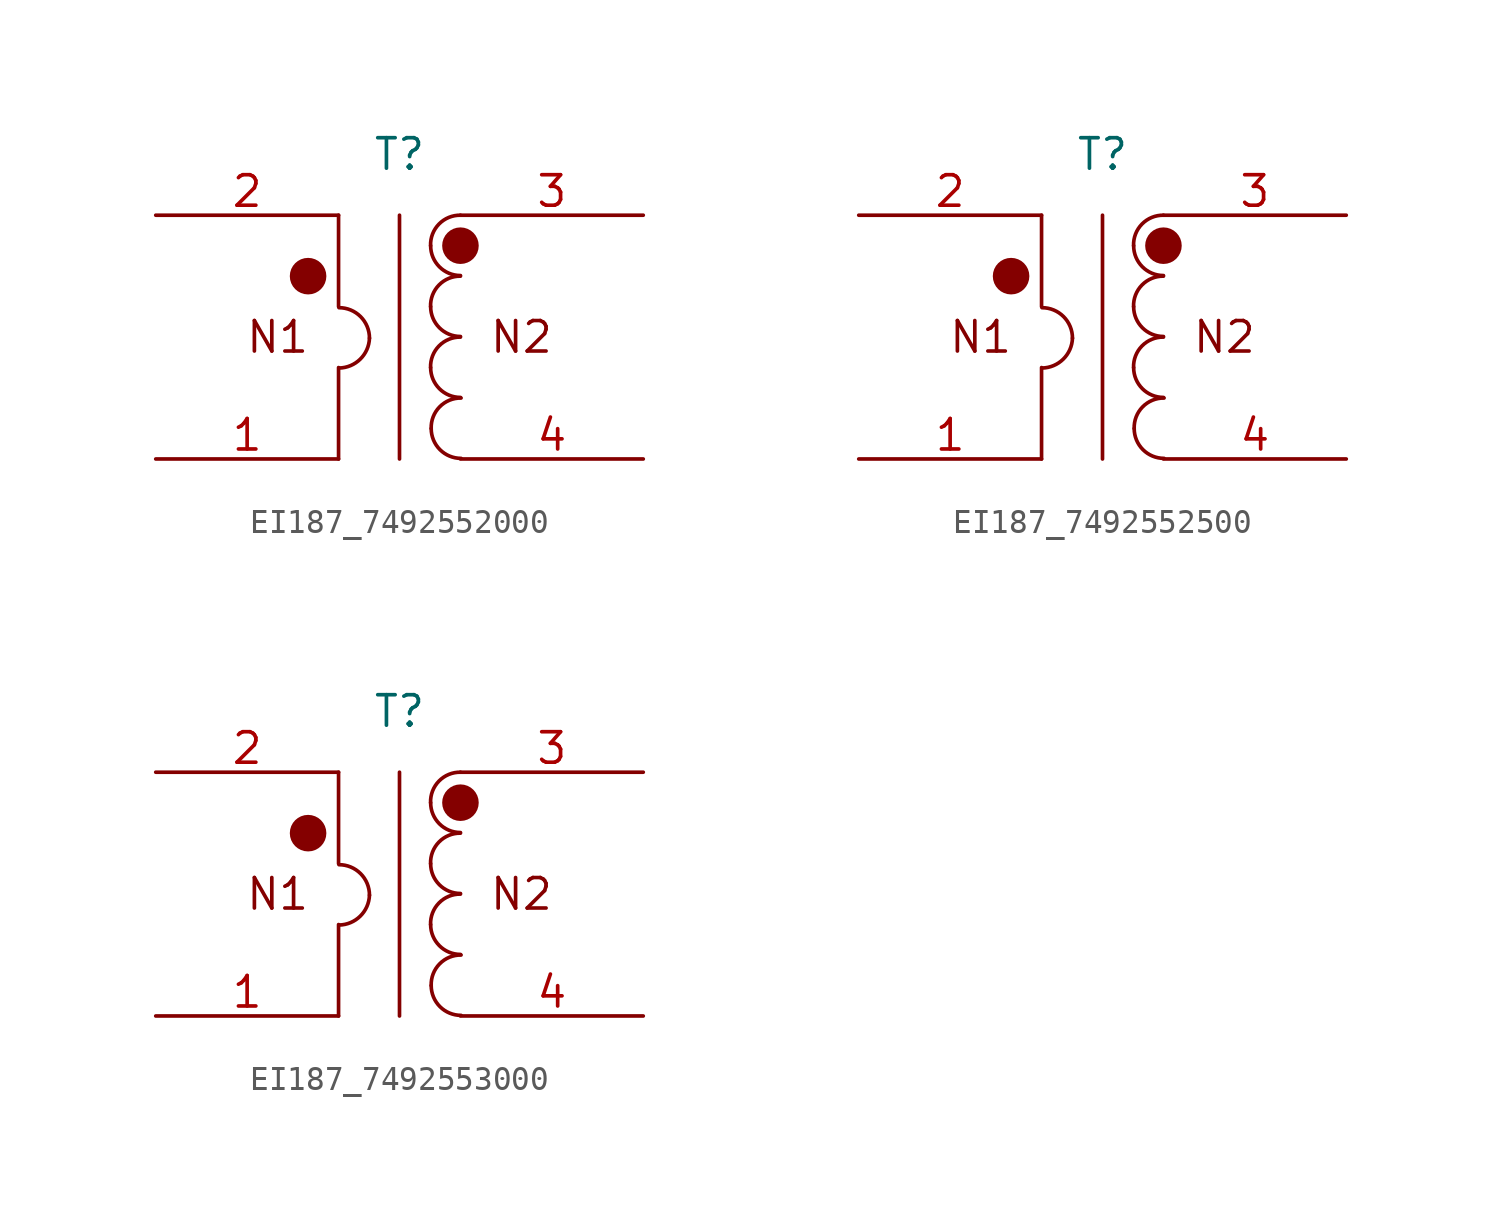
<source format=kicad_sym>
(kicad_symbol_lib
  (version 20220914)
  (generator kicad_symbol_editor)
  (symbol "EI187_7492552000"
    (pin_names hide)
    (property "Reference" "T"
      (at 0 7.62 0)
      (effects (font (size 1.27 1.27))))
    (property "Critical Parameter" ""
      (at 0 -5.08 0)
      (effects (font (size 1.27 1.27))))
    (symbol "EI187_7492552000_0_1"
      (arc (start -2.5217 -1.2889) (mid -1.6378 -0.9206) (end -1.2517 -0.0443) (stroke (width 0) (type default)) (fill (type none)))
      (arc (start -1.2517 -0.0443) (mid -1.6237 0.8537) (end -2.5217 1.2257) (stroke (width 0) (type default)) (fill (type none)))
      (polyline (pts (xy -2.54 -1.27) (xy -2.54 -5.08)) (stroke (width 0) (type default)) (fill (type none)))
      (polyline (pts (xy -2.54 5.08) (xy -2.54 1.27)) (stroke (width 0) (type default)) (fill (type none)))
      (polyline (pts (xy 0 5.08) (xy 0 -5.08)) (stroke (width 0) (type default)) (fill (type none)))
      (arc (start 1.2954 -1.27) (mid 1.6599 -2.1501) (end 2.54 -2.5146) (stroke (width 0) (type default)) (fill (type none)))
      (arc (start 1.2954 1.27) (mid 1.6599 0.3899) (end 2.54 0.0254) (stroke (width 0) (type default)) (fill (type none)))
      (arc (start 1.2954 3.81) (mid 1.6599 2.9299) (end 2.54 2.5654) (stroke (width 0) (type default)) (fill (type none)))
      (arc (start 1.3208 -3.81) (mid 1.6853 -4.6901) (end 2.5654 -5.0546) (stroke (width 0) (type default)) (fill (type none)))
      (arc (start 2.54 0) (mid 1.642 -0.372) (end 1.2954 -1.27) (stroke (width 0) (type default)) (fill (type none)))
      (arc (start 2.54 2.54) (mid 1.642 2.168) (end 1.2954 1.27) (stroke (width 0) (type default)) (fill (type none)))
      (arc (start 2.54 5.08) (mid 1.642 4.708) (end 1.2954 3.81) (stroke (width 0) (type default)) (fill (type none)))
      (arc (start 2.5654 -2.54) (mid 1.6674 -2.912) (end 1.3208 -3.81) (stroke (width 0) (type default)) (fill (type none))))
    (symbol "EI187_7492552000_1_1"
      (circle (center -3.81 2.54) (radius 0.0001) (stroke (width 0.762) (type default)) (fill (type none)))
      (circle (center 2.54 3.81) (radius 0.0001) (stroke (width 0.762) (type default)) (fill (type none)))
      (text "N1" (at -5.08 0 0) (effects (font (size 1.27 1.27))))
      (text "N2" (at 5.08 0 0) (effects (font (size 1.27 1.27))))
      (pin passive line (at -10.16 -5.08 0) (length 7.62) (name "1" (effects (font (size 1.27 1.27)))) (number "1" (effects (font (size 1.27 1.27)))))
      (pin passive line (at -10.16 5.08 0) (length 7.62) (name "2" (effects (font (size 1.27 1.27)))) (number "2" (effects (font (size 1.27 1.27)))))
      (pin passive line (at 10.16 5.08 180) (length 7.62) (name "3" (effects (font (size 1.27 1.27)))) (number "3" (effects (font (size 1.27 1.27)))))
      (pin passive line (at 10.16 -5.08 180) (length 7.62) (name "4" (effects (font (size 1.27 1.27)))) (number "4" (effects (font (size 1.27 1.27)))))))
  (symbol "EI187_7492552500"
    (pin_names hide)
    (property "Reference" "T"
      (at 0 7.62 0)
      (effects (font (size 1.27 1.27))))
    (property "Critical Parameter" ""
      (at 0 -5.08 0)
      (effects (font (size 1.27 1.27))))
    (symbol "EI187_7492552500_0_1"
      (arc (start -2.5217 -1.2889) (mid -1.6378 -0.9206) (end -1.2517 -0.0443) (stroke (width 0) (type default)) (fill (type none)))
      (arc (start -1.2517 -0.0443) (mid -1.6237 0.8537) (end -2.5217 1.2257) (stroke (width 0) (type default)) (fill (type none)))
      (polyline (pts (xy -2.54 -1.27) (xy -2.54 -5.08)) (stroke (width 0) (type default)) (fill (type none)))
      (polyline (pts (xy -2.54 5.08) (xy -2.54 1.27)) (stroke (width 0) (type default)) (fill (type none)))
      (polyline (pts (xy 0 5.08) (xy 0 -5.08)) (stroke (width 0) (type default)) (fill (type none)))
      (arc (start 1.2954 -1.27) (mid 1.6599 -2.1501) (end 2.54 -2.5146) (stroke (width 0) (type default)) (fill (type none)))
      (arc (start 1.2954 1.27) (mid 1.6599 0.3899) (end 2.54 0.0254) (stroke (width 0) (type default)) (fill (type none)))
      (arc (start 1.2954 3.81) (mid 1.6599 2.9299) (end 2.54 2.5654) (stroke (width 0) (type default)) (fill (type none)))
      (arc (start 1.3208 -3.81) (mid 1.6853 -4.6901) (end 2.5654 -5.0546) (stroke (width 0) (type default)) (fill (type none)))
      (arc (start 2.54 0) (mid 1.642 -0.372) (end 1.2954 -1.27) (stroke (width 0) (type default)) (fill (type none)))
      (arc (start 2.54 2.54) (mid 1.642 2.168) (end 1.2954 1.27) (stroke (width 0) (type default)) (fill (type none)))
      (arc (start 2.54 5.08) (mid 1.642 4.708) (end 1.2954 3.81) (stroke (width 0) (type default)) (fill (type none)))
      (arc (start 2.5654 -2.54) (mid 1.6674 -2.912) (end 1.3208 -3.81) (stroke (width 0) (type default)) (fill (type none))))
    (symbol "EI187_7492552500_1_1"
      (circle (center -3.81 2.54) (radius 0.0001) (stroke (width 0.762) (type default)) (fill (type none)))
      (circle (center 2.54 3.81) (radius 0.0001) (stroke (width 0.762) (type default)) (fill (type none)))
      (text "N1" (at -5.08 0 0) (effects (font (size 1.27 1.27))))
      (text "N2" (at 5.08 0 0) (effects (font (size 1.27 1.27))))
      (pin passive line (at -10.16 -5.08 0) (length 7.62) (name "1" (effects (font (size 1.27 1.27)))) (number "1" (effects (font (size 1.27 1.27)))))
      (pin passive line (at -10.16 5.08 0) (length 7.62) (name "2" (effects (font (size 1.27 1.27)))) (number "2" (effects (font (size 1.27 1.27)))))
      (pin passive line (at 10.16 5.08 180) (length 7.62) (name "3" (effects (font (size 1.27 1.27)))) (number "3" (effects (font (size 1.27 1.27)))))
      (pin passive line (at 10.16 -5.08 180) (length 7.62) (name "4" (effects (font (size 1.27 1.27)))) (number "4" (effects (font (size 1.27 1.27)))))))
  (symbol "EI187_7492553000"
    (pin_names hide)
    (property "Reference" "T"
      (at 0 7.62 0)
      (effects (font (size 1.27 1.27))))
    (property "Critical Parameter" ""
      (at 0 -5.08 0)
      (effects (font (size 1.27 1.27))))
    (symbol "EI187_7492553000_0_1"
      (arc (start -2.5217 -1.2889) (mid -1.6378 -0.9206) (end -1.2517 -0.0443) (stroke (width 0) (type default)) (fill (type none)))
      (arc (start -1.2517 -0.0443) (mid -1.6237 0.8537) (end -2.5217 1.2257) (stroke (width 0) (type default)) (fill (type none)))
      (polyline (pts (xy -2.54 -1.27) (xy -2.54 -5.08)) (stroke (width 0) (type default)) (fill (type none)))
      (polyline (pts (xy -2.54 5.08) (xy -2.54 1.27)) (stroke (width 0) (type default)) (fill (type none)))
      (polyline (pts (xy 0 5.08) (xy 0 -5.08)) (stroke (width 0) (type default)) (fill (type none)))
      (arc (start 1.2954 -1.27) (mid 1.6599 -2.1501) (end 2.54 -2.5146) (stroke (width 0) (type default)) (fill (type none)))
      (arc (start 1.2954 1.27) (mid 1.6599 0.3899) (end 2.54 0.0254) (stroke (width 0) (type default)) (fill (type none)))
      (arc (start 1.2954 3.81) (mid 1.6599 2.9299) (end 2.54 2.5654) (stroke (width 0) (type default)) (fill (type none)))
      (arc (start 1.3208 -3.81) (mid 1.6853 -4.6901) (end 2.5654 -5.0546) (stroke (width 0) (type default)) (fill (type none)))
      (arc (start 2.54 0) (mid 1.642 -0.372) (end 1.2954 -1.27) (stroke (width 0) (type default)) (fill (type none)))
      (arc (start 2.54 2.54) (mid 1.642 2.168) (end 1.2954 1.27) (stroke (width 0) (type default)) (fill (type none)))
      (arc (start 2.54 5.08) (mid 1.642 4.708) (end 1.2954 3.81) (stroke (width 0) (type default)) (fill (type none)))
      (arc (start 2.5654 -2.54) (mid 1.6674 -2.912) (end 1.3208 -3.81) (stroke (width 0) (type default)) (fill (type none))))
    (symbol "EI187_7492553000_1_1"
      (circle (center -3.81 2.54) (radius 0.0001) (stroke (width 0.762) (type default)) (fill (type none)))
      (circle (center 2.54 3.81) (radius 0.0001) (stroke (width 0.762) (type default)) (fill (type none)))
      (text "N1" (at -5.08 0 0) (effects (font (size 1.27 1.27))))
      (text "N2" (at 5.08 0 0) (effects (font (size 1.27 1.27))))
      (pin passive line (at -10.16 -5.08 0) (length 7.62) (name "1" (effects (font (size 1.27 1.27)))) (number "1" (effects (font (size 1.27 1.27)))))
      (pin passive line (at -10.16 5.08 0) (length 7.62) (name "2" (effects (font (size 1.27 1.27)))) (number "2" (effects (font (size 1.27 1.27)))))
      (pin passive line (at 10.16 5.08 180) (length 7.62) (name "3" (effects (font (size 1.27 1.27)))) (number "3" (effects (font (size 1.27 1.27)))))
      (pin passive line (at 10.16 -5.08 180) (length 7.62) (name "4" (effects (font (size 1.27 1.27)))) (number "4" (effects (font (size 1.27 1.27))))))))
</source>
